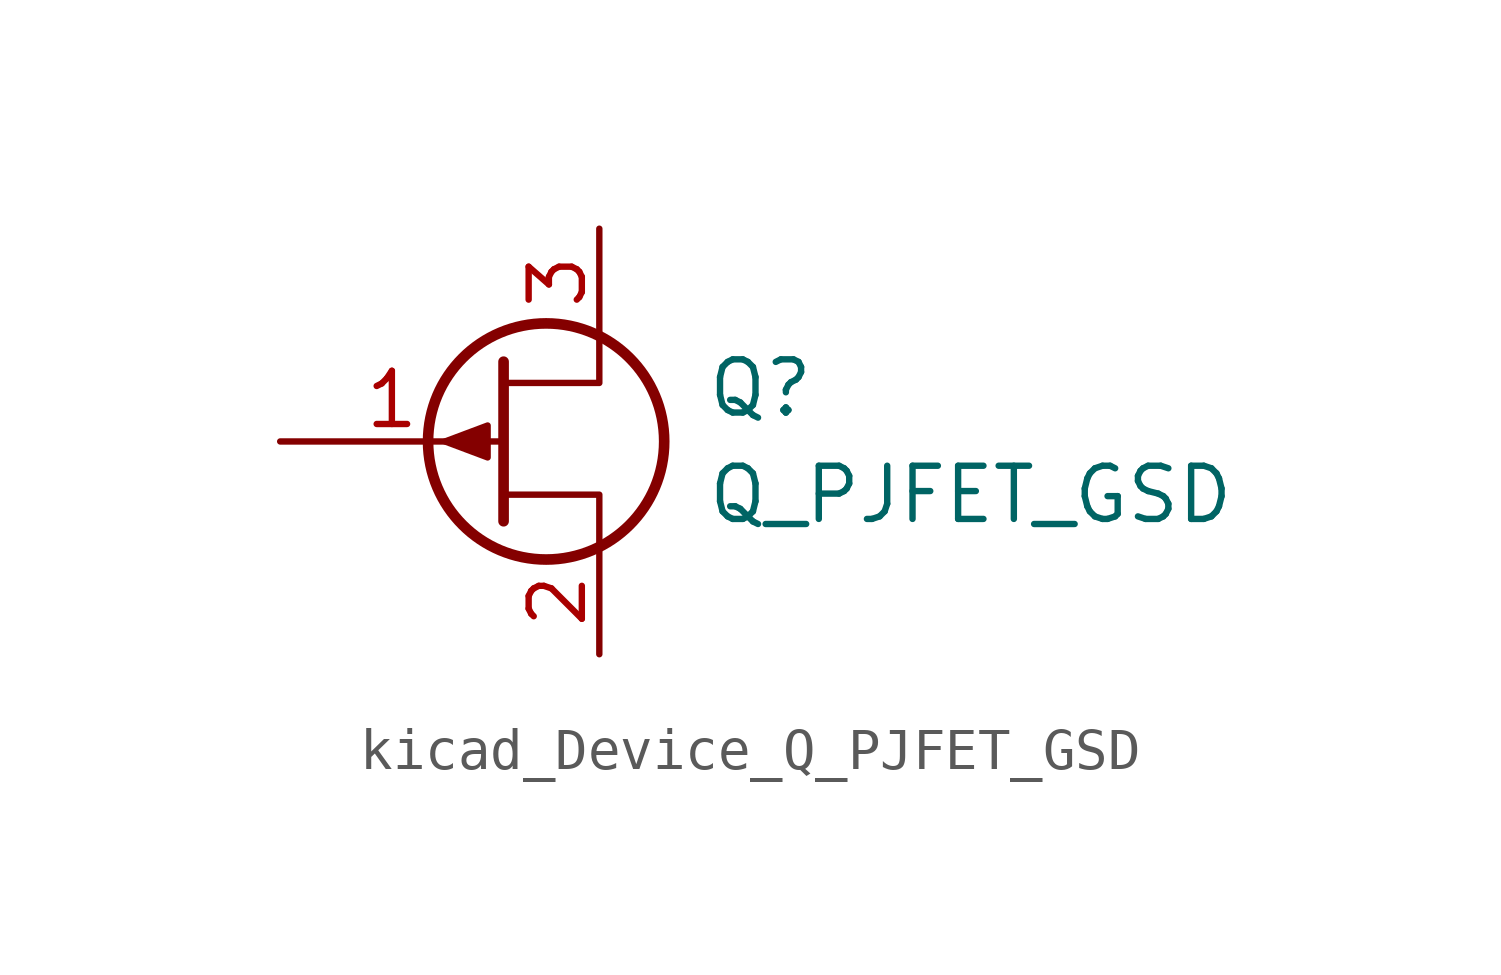
<source format=kicad_sym>
(kicad_symbol_lib
  (version 20220914)
  (generator kicad_symbol_editor)
  (symbol "kicad_Device_Q_PJFET_GSD"
    (pin_names
      (offset 0) hide)
    (property "Reference" "Q"
      (at 5.08 1.27 0)
      (effects (font (size 1.27 1.27)) (justify left)))
    (property "Value" "Q_PJFET_GSD"
      (at 5.08 -1.27 0)
      (effects (font (size 1.27 1.27)) (justify left)))
    (symbol "kicad_Device_Q_PJFET_GSD_0_1"
      (polyline (pts (xy 0.254 1.905) (xy 0.254 -1.905) (xy 0.254 -1.905)) (stroke (width 0.254) (type default)) (fill (type none)))
      (polyline (pts (xy 2.54 -2.54) (xy 2.54 -1.27) (xy 0.254 -1.27)) (stroke (width 0) (type default)) (fill (type none)))
      (polyline (pts (xy 2.54 2.54) (xy 2.54 1.397) (xy 0.254 1.397)) (stroke (width 0) (type default)) (fill (type none)))
      (polyline (pts (xy -1.143 0) (xy -0.127 0.381) (xy -0.127 -0.381) (xy -1.143 0)) (stroke (width 0) (type default)) (fill (type outline)))
      (circle (center 1.27 0) (radius 2.819) (stroke (width 0.254) (type default)) (fill (type none))))
    (symbol "kicad_Device_Q_PJFET_GSD_1_1"
      (pin input line (at -5.08 0 0) (length 5.334) (name "G" (effects (font (size 1.27 1.27)))) (number "1" (effects (font (size 1.27 1.27)))))
      (pin passive line (at 2.54 -5.08 90) (length 2.54) (name "S" (effects (font (size 1.27 1.27)))) (number "2" (effects (font (size 1.27 1.27)))))
      (pin passive line (at 2.54 5.08 270) (length 2.54) (name "D" (effects (font (size 1.27 1.27)))) (number "3" (effects (font (size 1.27 1.27))))))))
</source>
